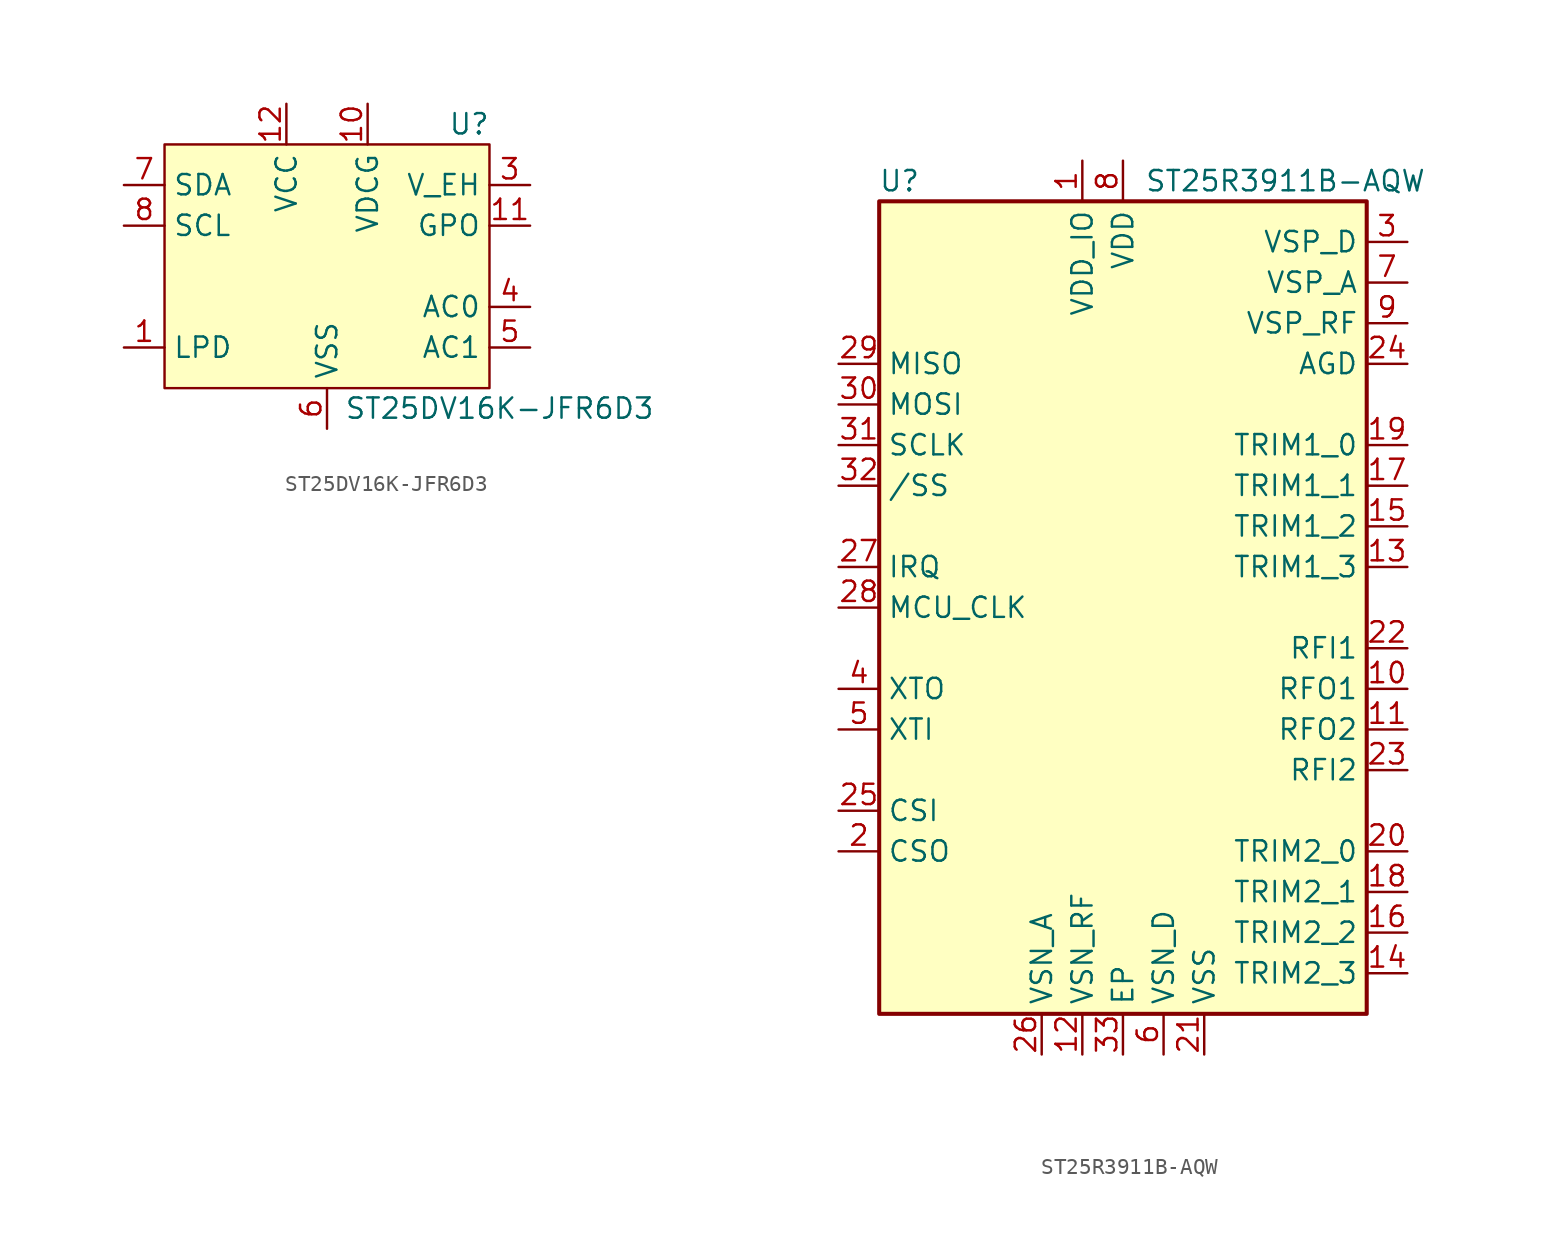
<source format=kicad_sym>
(kicad_symbol_lib
  (version 20231120)
  (generator "kicad_symbol_editor")
  (generator_version "8.0")
  (symbol "ST25DV16K-JFR6D3"
    (property "Reference" "U"
      (at 8.89 8.89 0)
      (effects (font (size 1.27 1.27))))
    (property "Value" "ST25DV16K-JFR6D3"
      (at 10.795 -8.89 0)
      (effects (font (size 1.27 1.27))))
    (symbol "ST25DV16K-JFR6D3_1_1"
      (rectangle (start -10.16 7.62) (end 10.16 -7.62) (stroke (width 0) (type default)) (fill (type background)))
      (pin input line (at -12.7 -5.08 0) (length 2.54) (name "LPD" (effects (font (size 1.27 1.27)))) (number "1" (effects (font (size 1.27 1.27)))))
      (pin power_in line (at 2.54 10.16 270) (length 2.54) (name "VDCG" (effects (font (size 1.27 1.27)))) (number "10" (effects (font (size 1.27 1.27)))))
      (pin output line (at 12.7 2.54 180) (length 2.54) (name "GPO" (effects (font (size 1.27 1.27)))) (number "11" (effects (font (size 1.27 1.27)))))
      (pin power_in line (at -2.54 10.16 270) (length 2.54) (name "VCC" (effects (font (size 1.27 1.27)))) (number "12" (effects (font (size 1.27 1.27)))))
      (pin no_connect line (at 10.16 0 180) (length 2.54) hide (name "NC" (effects (font (size 1.27 1.27)))) (number "13" (effects (font (size 1.27 1.27)))))
      (pin no_connect line (at -10.16 0 0) (length 2.54) hide (name "NC" (effects (font (size 1.27 1.27)))) (number "2" (effects (font (size 1.27 1.27)))))
      (pin power_out line (at 12.7 5.08 180) (length 2.54) (name "V_EH" (effects (font (size 1.27 1.27)))) (number "3" (effects (font (size 1.27 1.27)))))
      (pin passive line (at 12.7 -2.54 180) (length 2.54) (name "AC0" (effects (font (size 1.27 1.27)))) (number "4" (effects (font (size 1.27 1.27)))))
      (pin passive line (at 12.7 -5.08 180) (length 2.54) (name "AC1" (effects (font (size 1.27 1.27)))) (number "5" (effects (font (size 1.27 1.27)))))
      (pin power_in line (at 0 -10.16 90) (length 2.54) (name "VSS" (effects (font (size 1.27 1.27)))) (number "6" (effects (font (size 1.27 1.27)))))
      (pin bidirectional line (at -12.7 5.08 0) (length 2.54) (name "SDA" (effects (font (size 1.27 1.27)))) (number "7" (effects (font (size 1.27 1.27)))))
      (pin input line (at -12.7 2.54 0) (length 2.54) (name "SCL" (effects (font (size 1.27 1.27)))) (number "8" (effects (font (size 1.27 1.27)))))
      (pin no_connect line (at -10.16 -2.54 0) (length 2.54) hide (name "NC" (effects (font (size 1.27 1.27)))) (number "9" (effects (font (size 1.27 1.27)))))))
  (symbol "ST25R3911B-AQW"
    (property "Reference" "U"
      (at -13.97 26.67 0)
      (effects (font (size 1.27 1.27))))
    (property "Value" "ST25R3911B-AQW"
      (at 10.16 26.67 0)
      (effects (font (size 1.27 1.27))))
    (symbol "ST25R3911B-AQW_0_1"
      (rectangle (start -15.24 25.4) (end 15.24 -25.4) (stroke (width 0.254) (type default)) (fill (type background))))
    (symbol "ST25R3911B-AQW_1_1"
      (pin power_in line (at -2.54 27.94 270) (length 2.54) (name "VDD_IO" (effects (font (size 1.27 1.27)))) (number "1" (effects (font (size 1.27 1.27)))))
      (pin output line (at 17.78 -5.08 180) (length 2.54) (name "RFO1" (effects (font (size 1.27 1.27)))) (number "10" (effects (font (size 1.27 1.27)))))
      (pin output line (at 17.78 -7.62 180) (length 2.54) (name "RFO2" (effects (font (size 1.27 1.27)))) (number "11" (effects (font (size 1.27 1.27)))))
      (pin power_in line (at -2.54 -27.94 90) (length 2.54) (name "VSN_RF" (effects (font (size 1.27 1.27)))) (number "12" (effects (font (size 1.27 1.27)))))
      (pin passive line (at 17.78 2.54 180) (length 2.54) (name "TRIM1_3" (effects (font (size 1.27 1.27)))) (number "13" (effects (font (size 1.27 1.27)))))
      (pin passive line (at 17.78 -22.86 180) (length 2.54) (name "TRIM2_3" (effects (font (size 1.27 1.27)))) (number "14" (effects (font (size 1.27 1.27)))))
      (pin passive line (at 17.78 5.08 180) (length 2.54) (name "TRIM1_2" (effects (font (size 1.27 1.27)))) (number "15" (effects (font (size 1.27 1.27)))))
      (pin passive line (at 17.78 -20.32 180) (length 2.54) (name "TRIM2_2" (effects (font (size 1.27 1.27)))) (number "16" (effects (font (size 1.27 1.27)))))
      (pin passive line (at 17.78 7.62 180) (length 2.54) (name "TRIM1_1" (effects (font (size 1.27 1.27)))) (number "17" (effects (font (size 1.27 1.27)))))
      (pin passive line (at 17.78 -17.78 180) (length 2.54) (name "TRIM2_1" (effects (font (size 1.27 1.27)))) (number "18" (effects (font (size 1.27 1.27)))))
      (pin passive line (at 17.78 10.16 180) (length 2.54) (name "TRIM1_0" (effects (font (size 1.27 1.27)))) (number "19" (effects (font (size 1.27 1.27)))))
      (pin output line (at -17.78 -15.24 0) (length 2.54) (name "CSO" (effects (font (size 1.27 1.27)))) (number "2" (effects (font (size 1.27 1.27)))))
      (pin passive line (at 17.78 -15.24 180) (length 2.54) (name "TRIM2_0" (effects (font (size 1.27 1.27)))) (number "20" (effects (font (size 1.27 1.27)))))
      (pin power_in line (at 5.08 -27.94 90) (length 2.54) (name "VSS" (effects (font (size 1.27 1.27)))) (number "21" (effects (font (size 1.27 1.27)))))
      (pin passive line (at 17.78 -2.54 180) (length 2.54) (name "RFI1" (effects (font (size 1.27 1.27)))) (number "22" (effects (font (size 1.27 1.27)))))
      (pin passive line (at 17.78 -10.16 180) (length 2.54) (name "RFI2" (effects (font (size 1.27 1.27)))) (number "23" (effects (font (size 1.27 1.27)))))
      (pin passive line (at 17.78 15.24 180) (length 2.54) (name "AGD" (effects (font (size 1.27 1.27)))) (number "24" (effects (font (size 1.27 1.27)))))
      (pin passive line (at -17.78 -12.7 0) (length 2.54) (name "CSI" (effects (font (size 1.27 1.27)))) (number "25" (effects (font (size 1.27 1.27)))))
      (pin power_in line (at -5.08 -27.94 90) (length 2.54) (name "VSN_A" (effects (font (size 1.27 1.27)))) (number "26" (effects (font (size 1.27 1.27)))))
      (pin output line (at -17.78 2.54 0) (length 2.54) (name "IRQ" (effects (font (size 1.27 1.27)))) (number "27" (effects (font (size 1.27 1.27)))))
      (pin output line (at -17.78 0 0) (length 2.54) (name "MCU_CLK" (effects (font (size 1.27 1.27)))) (number "28" (effects (font (size 1.27 1.27)))))
      (pin output line (at -17.78 15.24 0) (length 2.54) (name "MISO" (effects (font (size 1.27 1.27)))) (number "29" (effects (font (size 1.27 1.27)))))
      (pin power_out line (at 17.78 22.86 180) (length 2.54) (name "VSP_D" (effects (font (size 1.27 1.27)))) (number "3" (effects (font (size 1.27 1.27)))))
      (pin input line (at -17.78 12.7 0) (length 2.54) (name "MOSI" (effects (font (size 1.27 1.27)))) (number "30" (effects (font (size 1.27 1.27)))))
      (pin input line (at -17.78 10.16 0) (length 2.54) (name "SCLK" (effects (font (size 1.27 1.27)))) (number "31" (effects (font (size 1.27 1.27)))))
      (pin input line (at -17.78 7.62 0) (length 2.54) (name "/SS" (effects (font (size 1.27 1.27)))) (number "32" (effects (font (size 1.27 1.27)))))
      (pin power_in line (at 0 -27.94 90) (length 2.54) (name "EP" (effects (font (size 1.27 1.27)))) (number "33" (effects (font (size 1.27 1.27)))))
      (pin output line (at -17.78 -5.08 0) (length 2.54) (name "XTO" (effects (font (size 1.27 1.27)))) (number "4" (effects (font (size 1.27 1.27)))))
      (pin passive line (at -17.78 -7.62 0) (length 2.54) (name "XTI" (effects (font (size 1.27 1.27)))) (number "5" (effects (font (size 1.27 1.27)))))
      (pin power_in line (at 2.54 -27.94 90) (length 2.54) (name "VSN_D" (effects (font (size 1.27 1.27)))) (number "6" (effects (font (size 1.27 1.27)))))
      (pin power_out line (at 17.78 20.32 180) (length 2.54) (name "VSP_A" (effects (font (size 1.27 1.27)))) (number "7" (effects (font (size 1.27 1.27)))))
      (pin power_in line (at 0 27.94 270) (length 2.54) (name "VDD" (effects (font (size 1.27 1.27)))) (number "8" (effects (font (size 1.27 1.27)))))
      (pin power_out line (at 17.78 17.78 180) (length 2.54) (name "VSP_RF" (effects (font (size 1.27 1.27)))) (number "9" (effects (font (size 1.27 1.27))))))))
</source>
